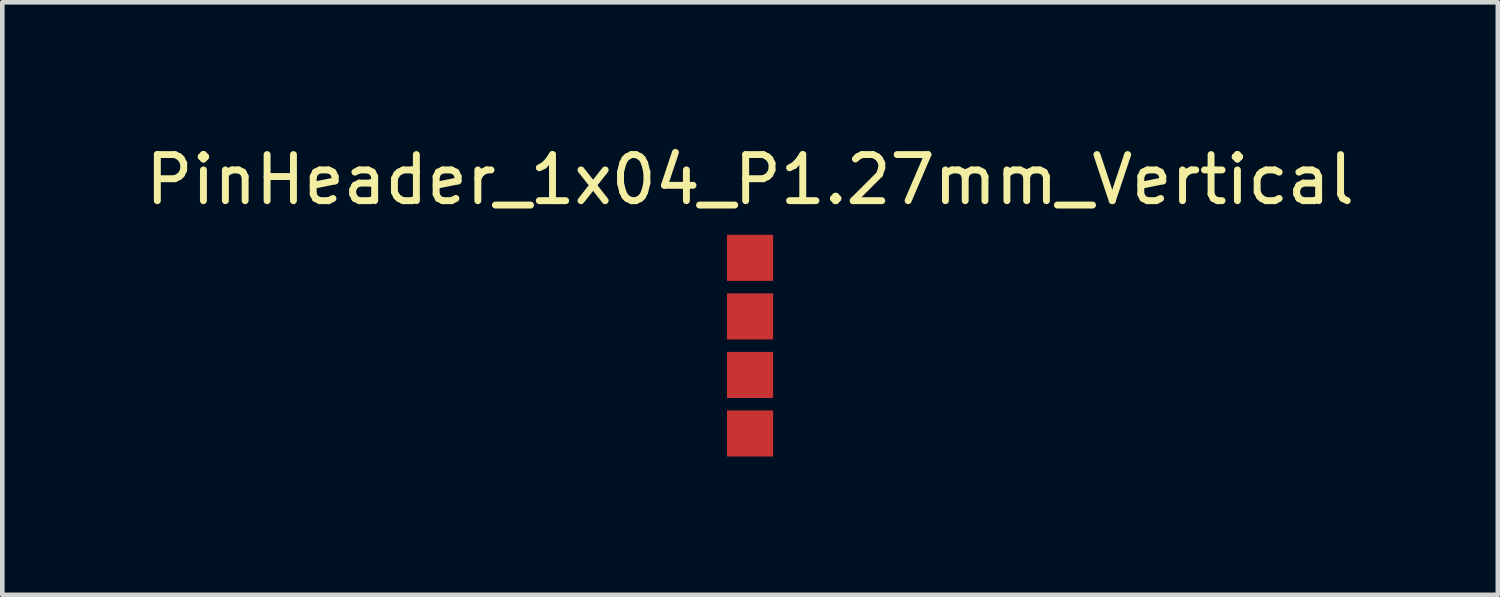
<source format=kicad_pcb>
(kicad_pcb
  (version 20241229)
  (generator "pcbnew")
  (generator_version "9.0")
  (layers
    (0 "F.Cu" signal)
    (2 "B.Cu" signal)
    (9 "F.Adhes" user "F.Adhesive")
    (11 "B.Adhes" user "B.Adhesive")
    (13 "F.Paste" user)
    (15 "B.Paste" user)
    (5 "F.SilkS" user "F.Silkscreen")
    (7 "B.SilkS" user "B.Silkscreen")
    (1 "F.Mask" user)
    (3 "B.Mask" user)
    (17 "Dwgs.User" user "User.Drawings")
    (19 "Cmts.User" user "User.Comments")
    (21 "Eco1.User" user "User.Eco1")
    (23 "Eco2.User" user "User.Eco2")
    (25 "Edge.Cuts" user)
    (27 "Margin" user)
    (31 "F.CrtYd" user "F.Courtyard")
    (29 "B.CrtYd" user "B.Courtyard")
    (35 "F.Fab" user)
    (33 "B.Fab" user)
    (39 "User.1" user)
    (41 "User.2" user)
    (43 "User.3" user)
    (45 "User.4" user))
  (footprint "PinHeader_1x04_P1.27mm_Vertical"
    (layer "F.Cu")
    (at 13.22 2.543)
    (property "Reference" "PinHeader_1x04_P1.27mm_Vertical" (at 0 -1.695 0) (layer "F.SilkS") (effects (font (size 1 1) (thickness 0.15))))
    (attr through_hole)
    (pad "1" smd rect (at 0 0) (size 1 1) (layers "F.Cu" "F.Mask" "F.Paste"))
    (pad "2" smd rect (at 0 1.27) (size 1 1) (layers "F.Cu" "F.Mask" "F.Paste"))
    (pad "3" smd rect (at 0 2.54) (size 1 1) (layers "F.Cu" "F.Mask" "F.Paste"))
    (pad "4" smd rect (at 0 3.81) (size 1 1) (layers "F.Cu" "F.Mask" "F.Paste")))
  (gr_rect
    (start -3 -3)
    (end 29.44 9.853)
    (stroke (width 0.1) (type default))
    (fill no)
    (layer "Edge.Cuts")))
</source>
